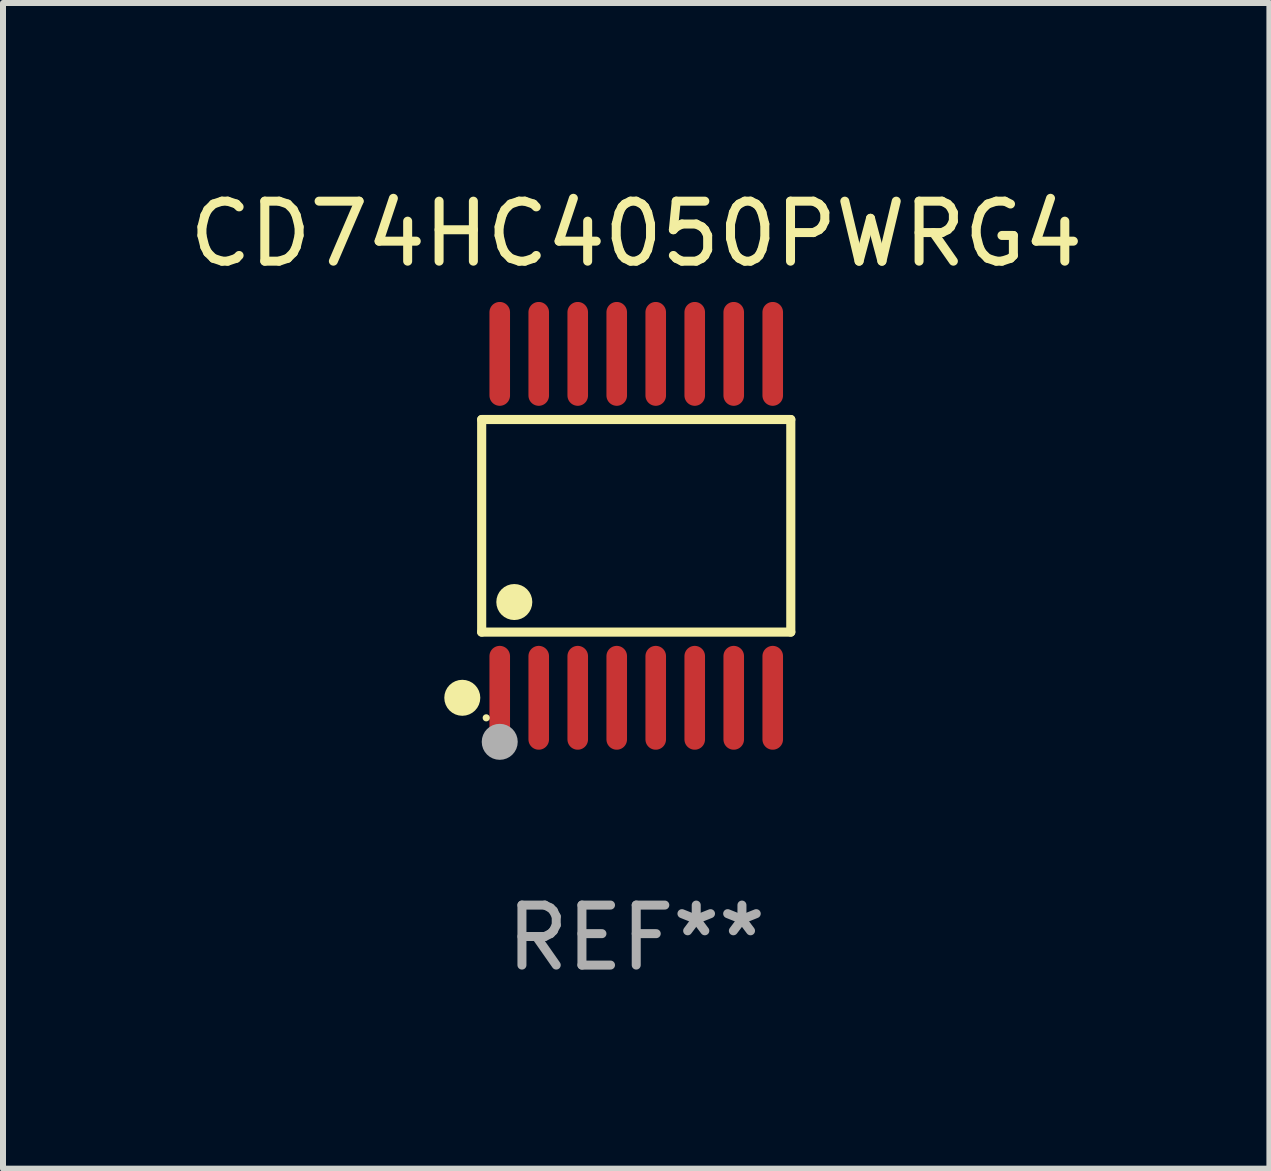
<source format=kicad_pcb>
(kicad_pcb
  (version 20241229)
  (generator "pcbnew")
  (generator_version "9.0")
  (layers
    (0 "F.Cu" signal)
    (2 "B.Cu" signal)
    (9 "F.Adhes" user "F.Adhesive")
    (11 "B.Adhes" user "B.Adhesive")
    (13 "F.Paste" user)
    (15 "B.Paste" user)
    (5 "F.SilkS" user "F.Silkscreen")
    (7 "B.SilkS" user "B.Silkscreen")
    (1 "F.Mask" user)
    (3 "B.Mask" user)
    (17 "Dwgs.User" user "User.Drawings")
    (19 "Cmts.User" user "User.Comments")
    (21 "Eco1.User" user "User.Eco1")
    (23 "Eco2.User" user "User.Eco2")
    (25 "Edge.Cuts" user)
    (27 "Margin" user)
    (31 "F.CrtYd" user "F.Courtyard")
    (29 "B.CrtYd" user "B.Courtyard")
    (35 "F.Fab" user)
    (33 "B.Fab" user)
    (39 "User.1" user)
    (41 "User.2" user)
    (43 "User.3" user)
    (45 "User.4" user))
  (footprint "CD74HC4050PWRG4"
    (layer "F.Cu")
    (at 7.554 5.714)
    (property "Reference" "CD74HC4050PWRG4" (at 0 -4.866 0) (layer "F.SilkS") (effects (font (size 1 1) (thickness 0.15))))
    (attr through_hole)
    (fp_line (start -2.576 -1.772) (end 2.576 -1.772) (stroke (width 0.152) (type solid)) (layer "F.SilkS"))
    (fp_line (start -2.576 1.771) (end -2.576 -1.772) (stroke (width 0.152) (type solid)) (layer "F.SilkS"))
    (fp_line (start 2.576 -1.772) (end 2.576 1.771) (stroke (width 0.152) (type solid)) (layer "F.SilkS"))
    (fp_line (start 2.576 1.771) (end -2.576 1.771) (stroke (width 0.152) (type solid)) (layer "F.SilkS"))
    (fp_circle (center -2.899 2.866) (end -2.749 2.866) (stroke (width 0.3) (type solid)) (fill no) (layer "F.SilkS"))
    (fp_circle (center -2.5 3.2) (end -2.47 3.2) (stroke (width 0.06) (type solid)) (fill no) (layer "F.SilkS"))
    (fp_circle (center -2.032 1.27) (end -1.882 1.27) (stroke (width 0.3) (type solid)) (fill no) (layer "F.SilkS"))
    (fp_circle (center -2.275 3.6) (end -2.125 3.6) (stroke (width 0.3) (type solid)) (fill no) (layer "F.Fab"))
    (fp_text user "REF**" (at 0 6.866 0) (layer "F.Fab") (effects (font (size 1 1) (thickness 0.15))))
    (pad "1" smd oval (at -2.275 2.866) (size 0.343 1.731) (layers "F.Cu" "F.Mask" "F.Paste"))
    (pad "2" smd oval (at -1.625 2.866) (size 0.343 1.731) (layers "F.Cu" "F.Mask" "F.Paste"))
    (pad "3" smd oval (at -0.975 2.866) (size 0.343 1.731) (layers "F.Cu" "F.Mask" "F.Paste"))
    (pad "4" smd oval (at -0.325 2.866) (size 0.343 1.731) (layers "F.Cu" "F.Mask" "F.Paste"))
    (pad "5" smd oval (at 0.325 2.866) (size 0.343 1.731) (layers "F.Cu" "F.Mask" "F.Paste"))
    (pad "6" smd oval (at 0.975 2.866) (size 0.343 1.731) (layers "F.Cu" "F.Mask" "F.Paste"))
    (pad "7" smd oval (at 1.625 2.866) (size 0.343 1.731) (layers "F.Cu" "F.Mask" "F.Paste"))
    (pad "8" smd oval (at 2.275 2.866) (size 0.343 1.731) (layers "F.Cu" "F.Mask" "F.Paste"))
    (pad "9" smd oval (at 2.275 -2.866) (size 0.343 1.731) (layers "F.Cu" "F.Mask" "F.Paste"))
    (pad "10" smd oval (at 1.625 -2.866) (size 0.343 1.731) (layers "F.Cu" "F.Mask" "F.Paste"))
    (pad "11" smd oval (at 0.975 -2.866) (size 0.343 1.731) (layers "F.Cu" "F.Mask" "F.Paste"))
    (pad "12" smd oval (at 0.325 -2.866) (size 0.343 1.731) (layers "F.Cu" "F.Mask" "F.Paste"))
    (pad "13" smd oval (at -0.325 -2.866) (size 0.343 1.731) (layers "F.Cu" "F.Mask" "F.Paste"))
    (pad "14" smd oval (at -0.975 -2.866) (size 0.343 1.731) (layers "F.Cu" "F.Mask" "F.Paste"))
    (pad "15" smd oval (at -1.625 -2.866) (size 0.343 1.731) (layers "F.Cu" "F.Mask" "F.Paste"))
    (pad "16" smd oval (at -2.275 -2.866) (size 0.343 1.731) (layers "F.Cu" "F.Mask" "F.Paste")))
  (gr_rect
    (start -3 -3)
    (end 18.107 16.428)
    (stroke (width 0.1) (type default))
    (fill no)
    (layer "Edge.Cuts")))
</source>
